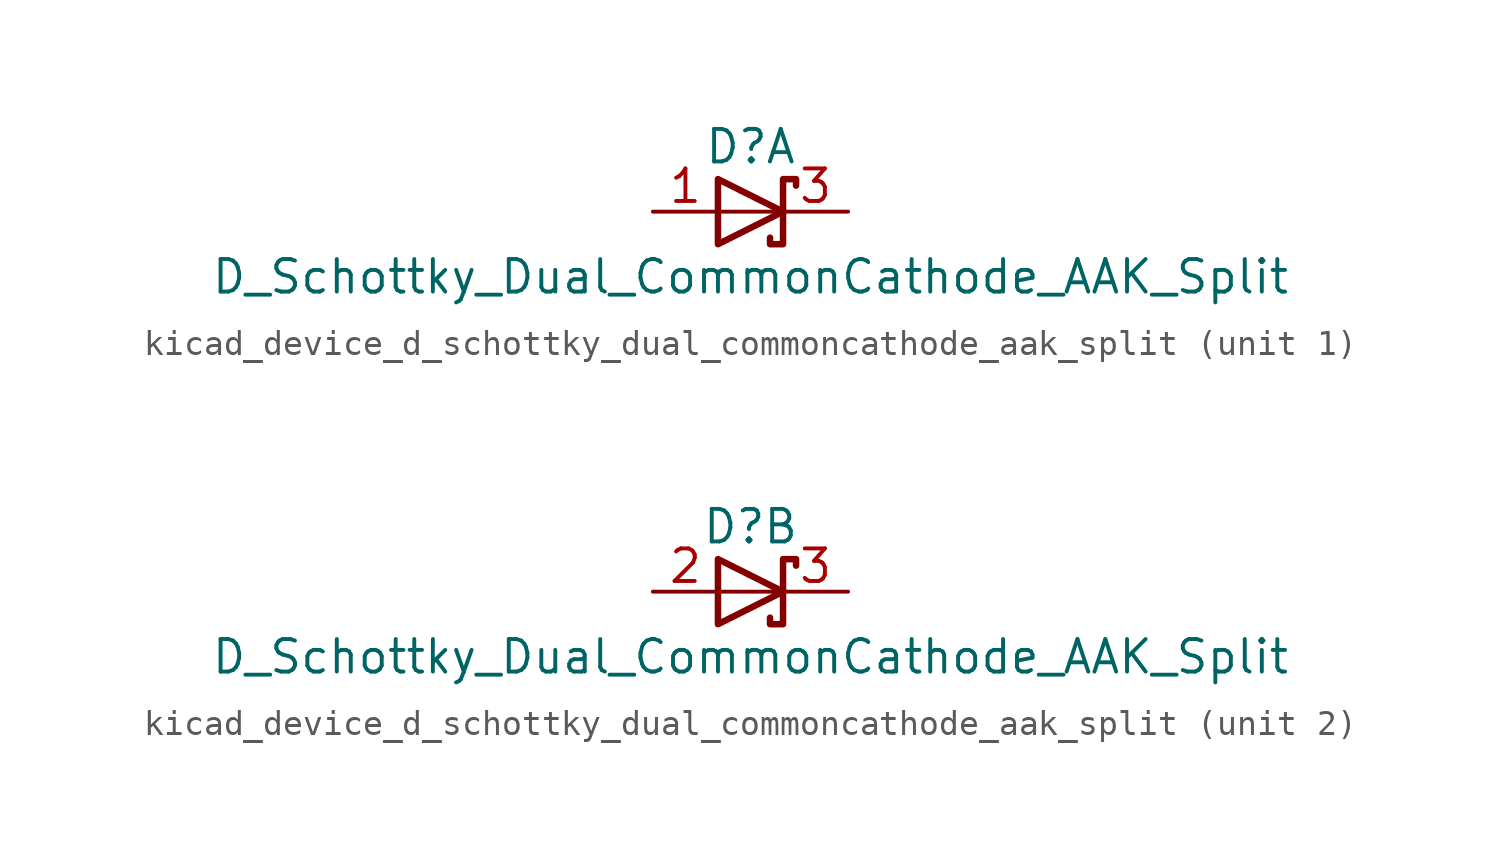
<source format=kicad_sym>
(kicad_symbol_lib
  (version 20220914)
  (generator kicad_symbol_editor)
  (symbol "kicad_device_d_schottky_dual_commoncathode_aak_split"
    (pin_names
      (offset 0.762) hide)
    (property "Reference" "D"
      (at 0 2.54 0)
      (effects (font (size 1.27 1.27))))
    (property "Value" "D_Schottky_Dual_CommonCathode_AAK_Split"
      (at 0 -2.54 0)
      (effects (font (size 1.27 1.27))))
    (property "ki_locked" ""
      (at 0 0 0)
      (effects (font (size 1.27 1.27))))
    (symbol "kicad_device_d_schottky_dual_commoncathode_aak_split_0_1"
      (polyline (pts (xy 1.27 0) (xy -1.27 0)) (stroke (width 0) (type default)) (fill (type none)))
      (polyline (pts (xy -1.27 1.27) (xy 1.27 0) (xy -1.27 -1.27) (xy -1.27 1.27) (xy -1.27 1.27) (xy -1.27 1.27)) (stroke (width 0.254) (type default)) (fill (type none)))
      (polyline (pts (xy 1.778 1.016) (xy 1.778 1.27) (xy 1.27 1.27) (xy 1.27 -1.27) (xy 0.762 -1.27) (xy 0.762 -1.016)) (stroke (width 0.254) (type default)) (fill (type none)))
      (pin passive line (at 3.81 0 180) (length 2.54) (name "K" (effects (font (size 1.27 1.27)))) (number "3" (effects (font (size 1.27 1.27))))))
    (symbol "kicad_device_d_schottky_dual_commoncathode_aak_split_1_1"
      (pin passive line (at -3.81 0 0) (length 2.54) (name "A" (effects (font (size 1.27 1.27)))) (number "1" (effects (font (size 1.27 1.27))))))
    (symbol "kicad_device_d_schottky_dual_commoncathode_aak_split_2_1"
      (pin passive line (at -3.81 0 0) (length 2.54) (name "K" (effects (font (size 1.27 1.27)))) (number "2" (effects (font (size 1.27 1.27))))))))
</source>
